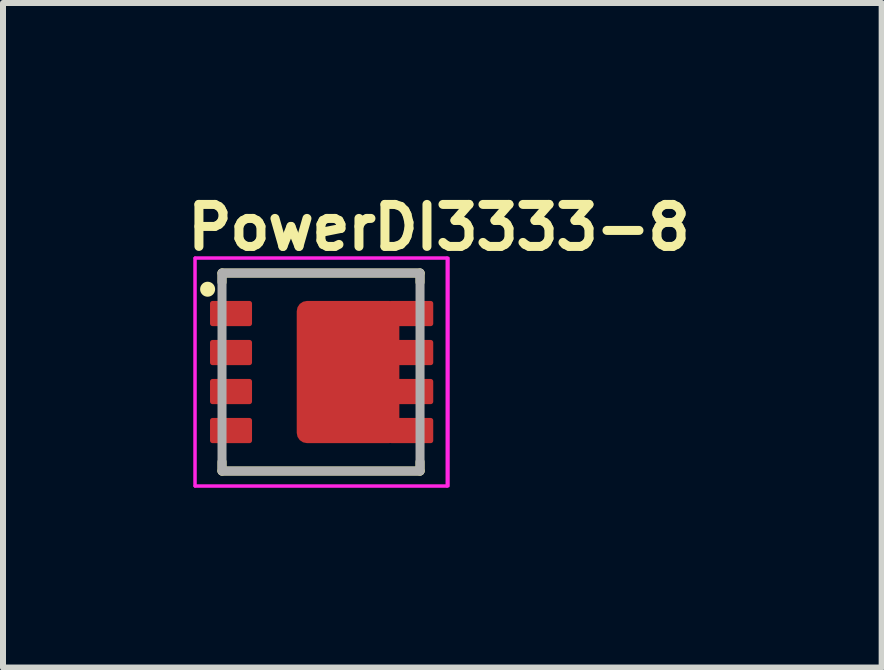
<source format=kicad_pcb>
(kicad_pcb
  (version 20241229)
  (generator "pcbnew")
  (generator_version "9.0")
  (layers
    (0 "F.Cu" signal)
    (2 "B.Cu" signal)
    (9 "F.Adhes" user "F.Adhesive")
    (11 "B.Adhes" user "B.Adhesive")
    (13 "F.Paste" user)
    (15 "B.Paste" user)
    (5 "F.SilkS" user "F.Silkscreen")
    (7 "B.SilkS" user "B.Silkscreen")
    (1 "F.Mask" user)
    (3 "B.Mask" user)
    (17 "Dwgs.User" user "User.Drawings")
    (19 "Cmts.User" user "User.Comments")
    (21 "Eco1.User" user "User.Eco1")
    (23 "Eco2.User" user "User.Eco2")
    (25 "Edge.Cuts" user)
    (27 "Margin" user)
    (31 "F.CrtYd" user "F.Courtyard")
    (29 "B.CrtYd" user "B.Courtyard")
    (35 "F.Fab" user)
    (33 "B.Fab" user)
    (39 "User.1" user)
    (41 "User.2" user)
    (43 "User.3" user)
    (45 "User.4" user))
  (footprint "PowerDI3333-8"
    (layer "F.Cu")
    (at 2.3 3.15)
    (property "Reference" "PowerDI3333-8" (at -2.3 -2 0) (layer "F.SilkS") (effects (font (size 0.7 0.7) (thickness 0.15)) (justify left bottom)))
    (attr smd)
    (fp_line (start -1.65 -1.65) (end -1.65 -1.498) (stroke (width 0.15) (type solid)) (layer "F.SilkS"))
    (fp_line (start -1.65 1.65) (end -1.65 1.498) (stroke (width 0.15) (type solid)) (layer "F.SilkS"))
    (fp_line (start -1.65 1.65) (end 1.65 1.65) (stroke (width 0.15) (type solid)) (layer "F.SilkS"))
    (fp_line (start 1.65 -1.65) (end -1.65 -1.65) (stroke (width 0.15) (type solid)) (layer "F.SilkS"))
    (fp_line (start 1.65 -1.65) (end 1.65 -1.498) (stroke (width 0.15) (type solid)) (layer "F.SilkS"))
    (fp_line (start 1.65 1.65) (end 1.65 1.498) (stroke (width 0.15) (type solid)) (layer "F.SilkS"))
    (fp_circle (center -1.89 -1.38) (end -1.84 -1.38) (stroke (width 0.15) (type solid)) (fill yes) (layer "F.SilkS"))
    (fp_line (start -2.1 -1.9) (end 2.1 -1.9) (stroke (width 0.05) (type solid)) (layer "F.CrtYd"))
    (fp_line (start -2.1 1.9) (end -2.1 -1.9) (stroke (width 0.05) (type solid)) (layer "F.CrtYd"))
    (fp_line (start 2.1 -1.9) (end 2.1 1.9) (stroke (width 0.05) (type solid)) (layer "F.CrtYd"))
    (fp_line (start 2.1 1.9) (end -2.1 1.9) (stroke (width 0.05) (type solid)) (layer "F.CrtYd"))
    (fp_rect (start -2.1 -1.9) (end 2.12 1.9) (stroke (width 0.05) (type solid)) (fill no) (layer "F.CrtYd"))
    (fp_rect (start -1.65 -1.65) (end 1.65 1.65) (stroke (width 0.15) (type solid)) (fill no) (layer "F.Fab"))
    (fp_rect (start -1.65 -1.65) (end 1.65 1.65) (stroke (width 0.1) (type solid)) (fill no) (layer "User.5"))
    (fp_line (start -1.65 -1.65) (end -1.65 1.65) (stroke (width 0.02) (type solid)) (layer "User.9"))
    (fp_line (start -1.65 1.65) (end 1.65 1.65) (stroke (width 0.02) (type solid)) (layer "User.9"))
    (fp_line (start -1.45 -1.35) (end -1.447 -1.324) (stroke (width 0.02) (type solid)) (layer "User.9"))
    (fp_line (start -1.45 -1.35) (end -1.447 -1.324) (stroke (width 0.02) (type solid)) (layer "User.9"))
    (fp_line (start -1.447 -1.376) (end -1.45 -1.35) (stroke (width 0.02) (type solid)) (layer "User.9"))
    (fp_line (start -1.447 -1.376) (end -1.45 -1.35) (stroke (width 0.02) (type solid)) (layer "User.9"))
    (fp_line (start -1.447 -1.324) (end -1.437 -1.3) (stroke (width 0.02) (type solid)) (layer "User.9"))
    (fp_line (start -1.447 -1.324) (end -1.437 -1.3) (stroke (width 0.02) (type solid)) (layer "User.9"))
    (fp_line (start -1.437 -1.4) (end -1.447 -1.376) (stroke (width 0.02) (type solid)) (layer "User.9"))
    (fp_line (start -1.437 -1.4) (end -1.447 -1.376) (stroke (width 0.02) (type solid)) (layer "User.9"))
    (fp_line (start -1.437 -1.3) (end -1.421 -1.279) (stroke (width 0.02) (type solid)) (layer "User.9"))
    (fp_line (start -1.437 -1.3) (end -1.421 -1.279) (stroke (width 0.02) (type solid)) (layer "User.9"))
    (fp_line (start -1.421 -1.421) (end -1.437 -1.4) (stroke (width 0.02) (type solid)) (layer "User.9"))
    (fp_line (start -1.421 -1.421) (end -1.437 -1.4) (stroke (width 0.02) (type solid)) (layer "User.9"))
    (fp_line (start -1.421 -1.279) (end -1.4 -1.263) (stroke (width 0.02) (type solid)) (layer "User.9"))
    (fp_line (start -1.421 -1.279) (end -1.4 -1.263) (stroke (width 0.02) (type solid)) (layer "User.9"))
    (fp_line (start -1.4 -1.437) (end -1.421 -1.421) (stroke (width 0.02) (type solid)) (layer "User.9"))
    (fp_line (start -1.4 -1.437) (end -1.421 -1.421) (stroke (width 0.02) (type solid)) (layer "User.9"))
    (fp_line (start -1.4 -1.263) (end -1.376 -1.253) (stroke (width 0.02) (type solid)) (layer "User.9"))
    (fp_line (start -1.4 -1.263) (end -1.376 -1.253) (stroke (width 0.02) (type solid)) (layer "User.9"))
    (fp_line (start -1.376 -1.447) (end -1.4 -1.437) (stroke (width 0.02) (type solid)) (layer "User.9"))
    (fp_line (start -1.376 -1.447) (end -1.4 -1.437) (stroke (width 0.02) (type solid)) (layer "User.9"))
    (fp_line (start -1.376 -1.253) (end -1.35 -1.25) (stroke (width 0.02) (type solid)) (layer "User.9"))
    (fp_line (start -1.376 -1.253) (end -1.35 -1.25) (stroke (width 0.02) (type solid)) (layer "User.9"))
    (fp_line (start -1.35 -1.45) (end -1.376 -1.447) (stroke (width 0.02) (type solid)) (layer "User.9"))
    (fp_line (start -1.35 -1.45) (end -1.376 -1.447) (stroke (width 0.02) (type solid)) (layer "User.9"))
    (fp_line (start -1.35 -1.25) (end -1.324 -1.253) (stroke (width 0.02) (type solid)) (layer "User.9"))
    (fp_line (start -1.35 -1.25) (end -1.324 -1.253) (stroke (width 0.02) (type solid)) (layer "User.9"))
    (fp_line (start -1.324 -1.447) (end -1.35 -1.45) (stroke (width 0.02) (type solid)) (layer "User.9"))
    (fp_line (start -1.324 -1.447) (end -1.35 -1.45) (stroke (width 0.02) (type solid)) (layer "User.9"))
    (fp_line (start -1.324 -1.253) (end -1.3 -1.263) (stroke (width 0.02) (type solid)) (layer "User.9"))
    (fp_line (start -1.324 -1.253) (end -1.3 -1.263) (stroke (width 0.02) (type solid)) (layer "User.9"))
    (fp_line (start -1.3 -1.437) (end -1.324 -1.447) (stroke (width 0.02) (type solid)) (layer "User.9"))
    (fp_line (start -1.3 -1.437) (end -1.324 -1.447) (stroke (width 0.02) (type solid)) (layer "User.9"))
    (fp_line (start -1.3 -1.263) (end -1.279 -1.279) (stroke (width 0.02) (type solid)) (layer "User.9"))
    (fp_line (start -1.3 -1.263) (end -1.279 -1.279) (stroke (width 0.02) (type solid)) (layer "User.9"))
    (fp_line (start -1.279 -1.421) (end -1.3 -1.437) (stroke (width 0.02) (type solid)) (layer "User.9"))
    (fp_line (start -1.279 -1.421) (end -1.3 -1.437) (stroke (width 0.02) (type solid)) (layer "User.9"))
    (fp_line (start -1.279 -1.279) (end -1.263 -1.3) (stroke (width 0.02) (type solid)) (layer "User.9"))
    (fp_line (start -1.279 -1.279) (end -1.263 -1.3) (stroke (width 0.02) (type solid)) (layer "User.9"))
    (fp_line (start -1.263 -1.4) (end -1.279 -1.421) (stroke (width 0.02) (type solid)) (layer "User.9"))
    (fp_line (start -1.263 -1.4) (end -1.279 -1.421) (stroke (width 0.02) (type solid)) (layer "User.9"))
    (fp_line (start -1.263 -1.3) (end -1.253 -1.324) (stroke (width 0.02) (type solid)) (layer "User.9"))
    (fp_line (start -1.263 -1.3) (end -1.253 -1.324) (stroke (width 0.02) (type solid)) (layer "User.9"))
    (fp_line (start -1.253 -1.376) (end -1.263 -1.4) (stroke (width 0.02) (type solid)) (layer "User.9"))
    (fp_line (start -1.253 -1.376) (end -1.263 -1.4) (stroke (width 0.02) (type solid)) (layer "User.9"))
    (fp_line (start -1.253 -1.324) (end -1.25 -1.35) (stroke (width 0.02) (type solid)) (layer "User.9"))
    (fp_line (start -1.253 -1.324) (end -1.25 -1.35) (stroke (width 0.02) (type solid)) (layer "User.9"))
    (fp_line (start -1.25 -1.35) (end -1.253 -1.376) (stroke (width 0.02) (type solid)) (layer "User.9"))
    (fp_line (start -1.25 -1.35) (end -1.253 -1.376) (stroke (width 0.02) (type solid)) (layer "User.9"))
    (fp_line (start 1.65 -1.65) (end -1.65 -1.65) (stroke (width 0.02) (type solid)) (layer "User.9"))
    (fp_line (start 1.65 1.65) (end 1.65 -1.65) (stroke (width 0.02) (type solid)) (layer "User.9"))
    (pad "1" smd roundrect (at -1.5 -0.975) (size 0.7 0.42) (layers "F.Cu" "F.Mask" "F.Paste") (roundrect_rratio 0.1))
    (pad "2" smd roundrect (at -1.5 -0.325) (size 0.7 0.42) (layers "F.Cu" "F.Mask" "F.Paste") (roundrect_rratio 0.1))
    (pad "3" smd roundrect (at -1.5 0.325) (size 0.7 0.42) (layers "F.Cu" "F.Mask" "F.Paste") (roundrect_rratio 0.1))
    (pad "4" smd roundrect (at -1.5 0.975) (size 0.7 0.42) (layers "F.Cu" "F.Mask" "F.Paste") (roundrect_rratio 0.1))
    (pad "5" smd roundrect (at 0.45 0) (size 1.71 2.37) (layers "F.Cu" "F.Mask" "F.Paste") (roundrect_rratio 0.1))
    (pad "5" smd roundrect (at 1.5 -0.975) (size 0.74 0.42) (layers "F.Cu" "F.Mask" "F.Paste") (roundrect_rratio 0.1))
    (pad "5" smd roundrect (at 1.5 -0.325) (size 0.74 0.42) (layers "F.Cu" "F.Mask" "F.Paste") (roundrect_rratio 0.1))
    (pad "5" smd roundrect (at 1.5 0.325) (size 0.74 0.42) (layers "F.Cu" "F.Mask" "F.Paste") (roundrect_rratio 0.1))
    (pad "5" smd roundrect (at 1.5 0.975) (size 0.74 0.42) (layers "F.Cu" "F.Mask" "F.Paste") (roundrect_rratio 0.1)))
  (gr_rect
    (start -3 -3)
    (end 11.643 8.075)
    (stroke (width 0.1) (type default))
    (fill no)
    (layer "Edge.Cuts")))
</source>
